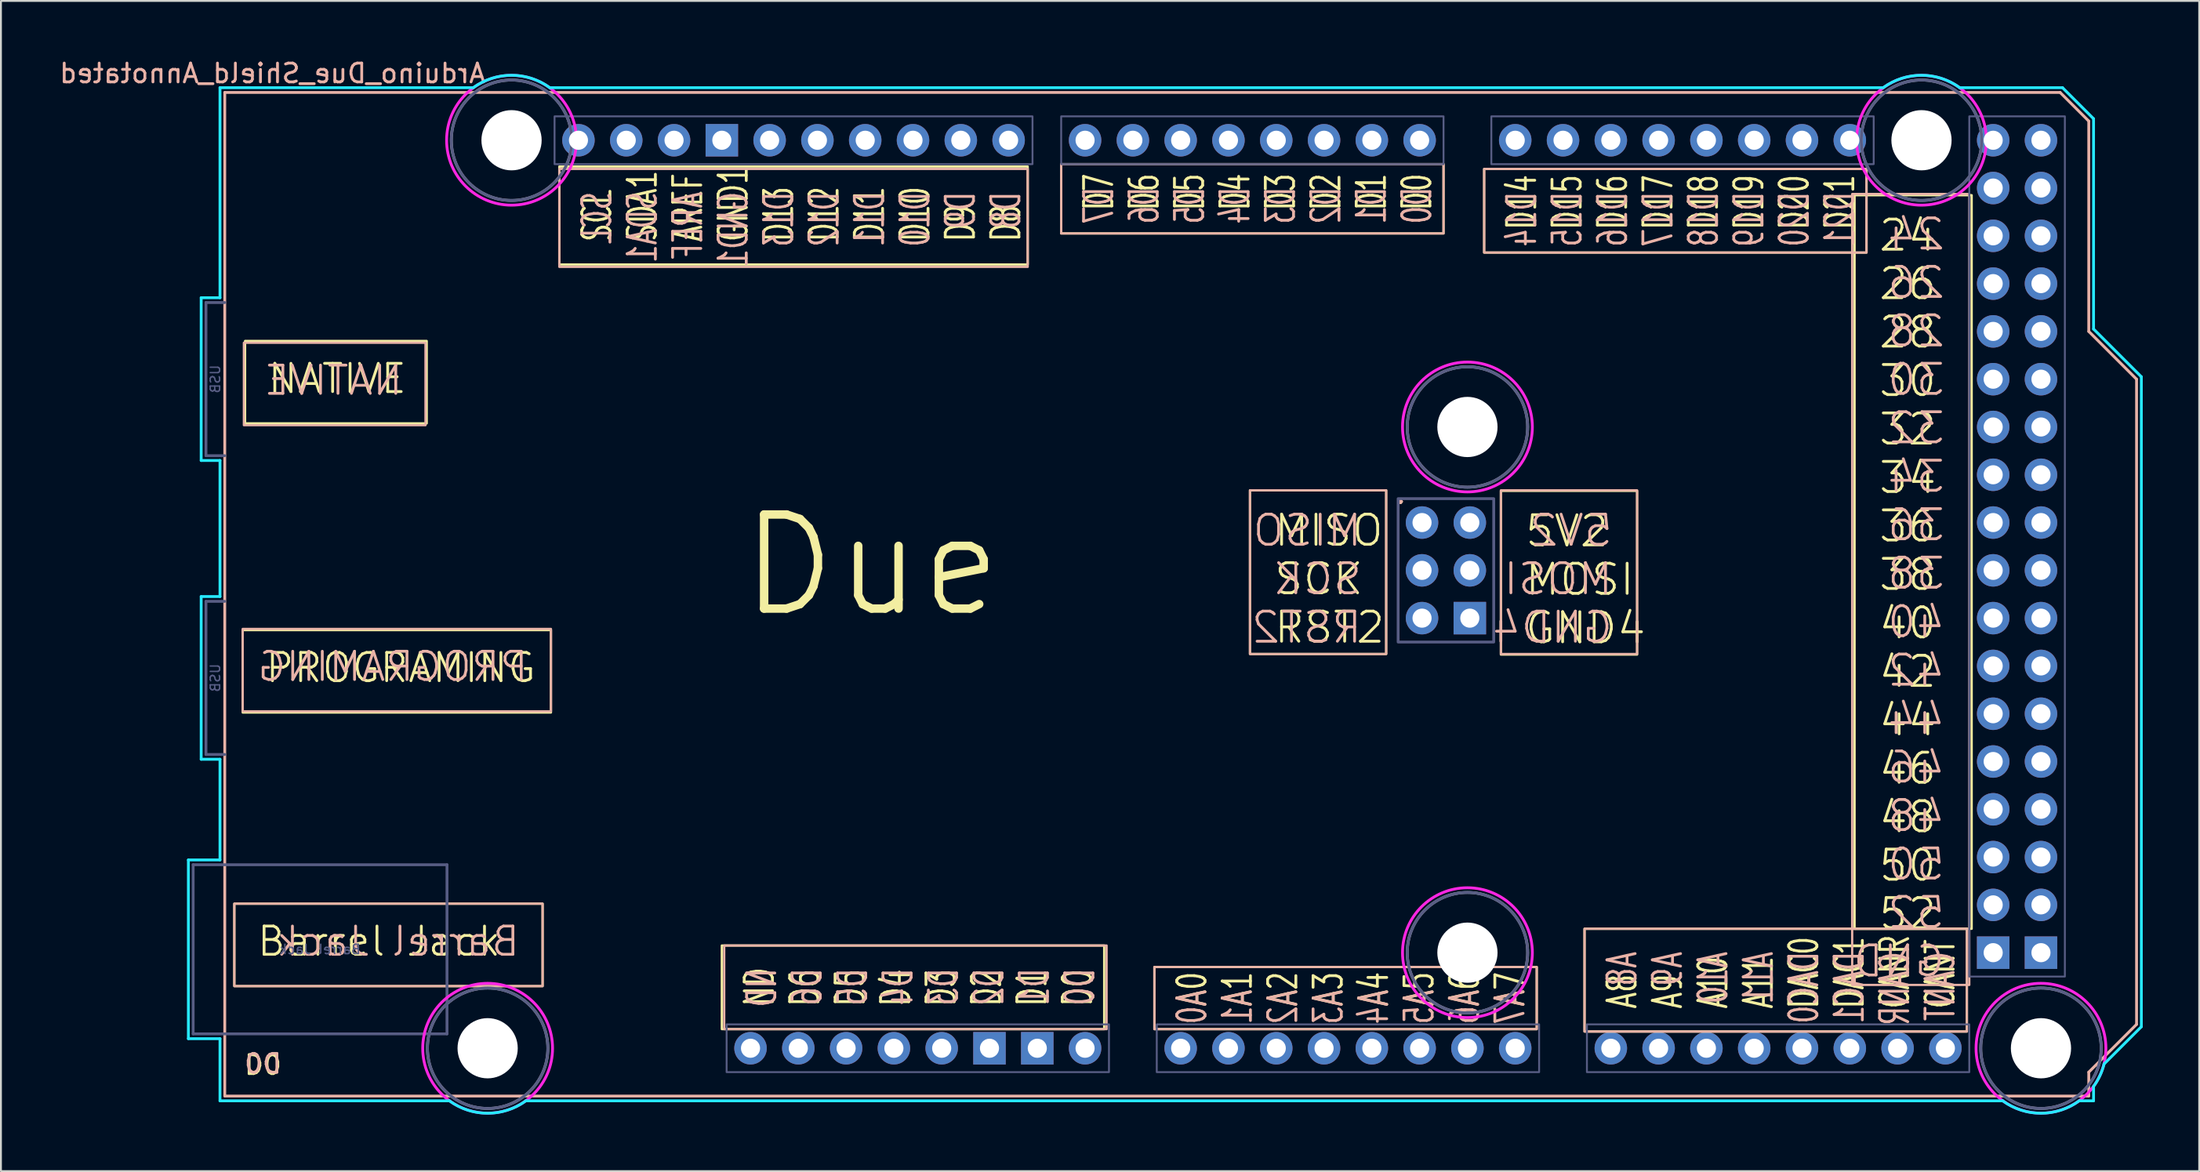
<source format=kicad_pcb>
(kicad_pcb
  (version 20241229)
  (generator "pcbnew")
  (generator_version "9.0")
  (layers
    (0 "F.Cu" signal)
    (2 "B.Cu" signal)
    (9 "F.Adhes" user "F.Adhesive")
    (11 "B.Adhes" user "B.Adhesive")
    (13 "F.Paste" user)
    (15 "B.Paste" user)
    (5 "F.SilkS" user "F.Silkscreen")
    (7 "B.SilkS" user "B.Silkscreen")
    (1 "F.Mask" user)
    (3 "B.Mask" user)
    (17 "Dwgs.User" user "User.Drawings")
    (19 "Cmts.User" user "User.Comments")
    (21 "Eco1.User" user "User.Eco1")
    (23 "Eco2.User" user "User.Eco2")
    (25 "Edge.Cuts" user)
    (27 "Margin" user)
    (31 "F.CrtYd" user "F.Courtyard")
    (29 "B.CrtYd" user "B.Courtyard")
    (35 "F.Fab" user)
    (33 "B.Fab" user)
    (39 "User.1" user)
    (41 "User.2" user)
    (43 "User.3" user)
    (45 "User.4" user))
  (footprint "Arduino_Due_Shield_Annotated"
    (layer "F.Cu")
    (at 8.895 55.204)
    (property "Reference" "Arduino_Due_Shield_Annotated" (at 2.54 -54.356 180) (layer "B.SilkS") (effects (font (size 1 1) (thickness 0.15)) (justify mirror)))
    (attr through_hole)
    (fp_line (start 0 -53.34) (end 0 0) (stroke (width 0.15) (type solid)) (layer "B.SilkS"))
    (fp_line (start 0 -53.34) (end 97.536 -53.34) (stroke (width 0.15) (type solid)) (layer "B.SilkS"))
    (fp_line (start 0 0) (end 99.06 0) (stroke (width 0.15) (type solid)) (layer "B.SilkS"))
    (fp_line (start 97.536 -53.34) (end 99.06 -51.816) (stroke (width 0.15) (type solid)) (layer "B.SilkS"))
    (fp_line (start 99.06 -40.64) (end 99.06 -51.816) (stroke (width 0.15) (type solid)) (layer "B.SilkS"))
    (fp_line (start 99.06 -1.27) (end 101.6 -3.81) (stroke (width 0.15) (type solid)) (layer "B.SilkS"))
    (fp_line (start 99.06 0) (end 99.06 -1.27) (stroke (width 0.15) (type solid)) (layer "B.SilkS"))
    (fp_line (start 101.6 -38.1) (end 99.06 -40.64) (stroke (width 0.15) (type solid)) (layer "B.SilkS"))
    (fp_line (start 101.6 -3.81) (end 101.6 -38.1) (stroke (width 0.15) (type solid)) (layer "B.SilkS"))
    (fp_line (start -1.934 -12.548) (end -1.934 -3.049) (stroke (width 0.15) (type solid)) (layer "B.CrtYd"))
    (fp_line (start -1.934 -12.548) (end -0.254 -12.548) (stroke (width 0.15) (type solid)) (layer "B.CrtYd"))
    (fp_line (start -1.934 -3.049) (end -0.254 -3.049) (stroke (width 0.15) (type solid)) (layer "B.CrtYd"))
    (fp_line (start -1.254 -42.428) (end -0.254 -42.428) (stroke (width 0.15) (type solid)) (layer "B.CrtYd"))
    (fp_line (start -1.254 -33.78) (end -1.254 -42.428) (stroke (width 0.15) (type solid)) (layer "B.CrtYd"))
    (fp_line (start -1.254 -33.78) (end -0.254 -33.78) (stroke (width 0.15) (type solid)) (layer "B.CrtYd"))
    (fp_line (start -1.254 -26.548) (end -0.254 -26.548) (stroke (width 0.15) (type solid)) (layer "B.CrtYd"))
    (fp_line (start -1.254 -17.9) (end -1.254 -26.548) (stroke (width 0.15) (type solid)) (layer "B.CrtYd"))
    (fp_line (start -1.254 -17.9) (end -0.254 -17.9) (stroke (width 0.15) (type solid)) (layer "B.CrtYd"))
    (fp_line (start -0.254 -53.594) (end -0.254 -42.428) (stroke (width 0.15) (type solid)) (layer "B.CrtYd"))
    (fp_line (start -0.254 -33.78) (end -0.254 -26.548) (stroke (width 0.15) (type solid)) (layer "B.CrtYd"))
    (fp_line (start -0.254 -17.9) (end -0.254 -12.548) (stroke (width 0.15) (type solid)) (layer "B.CrtYd"))
    (fp_line (start -0.254 -3.049) (end -0.254 0.254) (stroke (width 0.15) (type solid)) (layer "B.CrtYd"))
    (fp_line (start 11.938 0.254) (end -0.254 0.254) (stroke (width 0.15) (type solid)) (layer "B.CrtYd"))
    (fp_line (start 13.208 -53.594) (end -0.254 -53.594) (stroke (width 0.15) (type solid)) (layer "B.CrtYd"))
    (fp_line (start 16.002 0.254) (end 94.488 0.254) (stroke (width 0.15) (type solid)) (layer "B.CrtYd"))
    (fp_line (start 17.272 -53.594) (end 88.138 -53.594) (stroke (width 0.15) (type solid)) (layer "B.CrtYd"))
    (fp_line (start 97.663 -53.594) (end 92.202 -53.594) (stroke (width 0.15) (type solid)) (layer "B.CrtYd"))
    (fp_line (start 97.663 -53.594) (end 99.314 -51.943) (stroke (width 0.15) (type solid)) (layer "B.CrtYd"))
    (fp_line (start 99.314 -40.767) (end 99.314 -51.943) (stroke (width 0.15) (type solid)) (layer "B.CrtYd"))
    (fp_line (start 99.314 0.254) (end 98.552 0.254) (stroke (width 0.15) (type solid)) (layer "B.CrtYd"))
    (fp_line (start 99.314 0.254) (end 99.314 -0.508) (stroke (width 0.15) (type solid)) (layer "B.CrtYd"))
    (fp_line (start 99.873 -1.702) (end 101.854 -3.683) (stroke (width 0.15) (type solid)) (layer "B.CrtYd"))
    (fp_line (start 101.854 -38.227) (end 99.314 -40.767) (stroke (width 0.15) (type solid)) (layer "B.CrtYd"))
    (fp_line (start 101.854 -3.683) (end 101.854 -38.227) (stroke (width 0.15) (type solid)) (layer "B.CrtYd"))
    (fp_arc (start 13.208 -53.594) (mid 15.24 -54.254237) (end 17.272 -53.594) (stroke (width 0.15) (type solid)) (layer "B.CrtYd"))
    (fp_arc (start 16.002 0.254) (mid 13.97 0.914237) (end 11.938 0.254) (stroke (width 0.15) (type solid)) (layer "B.CrtYd"))
    (fp_arc (start 88.138 -53.594) (mid 90.17 -54.254237) (end 92.202 -53.594) (stroke (width 0.15) (type solid)) (layer "B.CrtYd"))
    (fp_arc (start 98.552 0.254) (mid 96.52 0.914237) (end 94.488 0.254) (stroke (width 0.15) (type solid)) (layer "B.CrtYd"))
    (fp_arc (start 99.8728 -1.7018) (mid 99.650934 -1.077968) (end 99.314 -0.508) (stroke (width 0.15) (type solid)) (layer "B.CrtYd"))
    (fp_circle (center 13.97 -2.54) (end 17.42 -2.54) (stroke (width 0.15) (type solid)) (fill no) (layer "F.CrtYd"))
    (fp_circle (center 15.24 -50.8) (end 18.69 -50.8) (stroke (width 0.15) (type solid)) (fill no) (layer "F.CrtYd"))
    (fp_circle (center 66.04 -35.56) (end 69.49 -35.56) (stroke (width 0.15) (type solid)) (fill no) (layer "F.CrtYd"))
    (fp_circle (center 66.04 -7.62) (end 69.49 -7.62) (stroke (width 0.15) (type solid)) (fill no) (layer "F.CrtYd"))
    (fp_circle (center 90.17 -50.8) (end 93.62 -50.8) (stroke (width 0.15) (type solid)) (fill no) (layer "F.CrtYd"))
    (fp_circle (center 96.52 -2.54) (end 99.97 -2.54) (stroke (width 0.15) (type solid)) (fill no) (layer "F.CrtYd"))
    (fp_line (start -1.68 -12.294) (end -1.68 -3.303) (stroke (width 0.15) (type solid)) (layer "B.Fab"))
    (fp_line (start -1.68 -12.294) (end 11.81 -12.294) (stroke (width 0.15) (type solid)) (layer "B.Fab"))
    (fp_line (start -1.68 -3.303) (end 11.81 -3.303) (stroke (width 0.15) (type solid)) (layer "B.Fab"))
    (fp_line (start -1 -42.174) (end 0 -42.174) (stroke (width 0.15) (type solid)) (layer "B.Fab"))
    (fp_line (start -1 -34.034) (end -1 -42.174) (stroke (width 0.15) (type solid)) (layer "B.Fab"))
    (fp_line (start -1 -26.294) (end 0 -26.294) (stroke (width 0.15) (type solid)) (layer "B.Fab"))
    (fp_line (start -1 -18.154) (end -1 -26.294) (stroke (width 0.15) (type solid)) (layer "B.Fab"))
    (fp_line (start 0 -34.034) (end -1 -34.034) (stroke (width 0.15) (type solid)) (layer "B.Fab"))
    (fp_line (start 0 -18.154) (end -1 -18.154) (stroke (width 0.15) (type solid)) (layer "B.Fab"))
    (fp_line (start 11.81 -12.294) (end 11.81 -3.303) (stroke (width 0.15) (type solid)) (layer "B.Fab"))
    (fp_rect (start 17.526 -52.07) (end 42.926 -49.53) (stroke (width 0.1) (type solid)) (fill no) (layer "B.Fab"))
    (fp_rect (start 26.67 -3.81) (end 46.99 -1.27) (stroke (width 0.1) (type solid)) (fill no) (layer "B.Fab"))
    (fp_rect (start 44.45 -52.07) (end 64.77 -49.53) (stroke (width 0.1) (type solid)) (fill no) (layer "B.Fab"))
    (fp_rect (start 49.53 -3.81) (end 69.85 -1.27) (stroke (width 0.1) (type solid)) (fill no) (layer "B.Fab"))
    (fp_rect (start 62.357 -31.75) (end 67.437 -24.13) (stroke (width 0.15) (type solid)) (fill no) (layer "B.Fab"))
    (fp_rect (start 67.31 -52.07) (end 87.63 -49.53) (stroke (width 0.1) (type solid)) (fill no) (layer "B.Fab"))
    (fp_rect (start 72.39 -3.81) (end 92.71 -1.27) (stroke (width 0.1) (type solid)) (fill no) (layer "B.Fab"))
    (fp_rect (start 92.71 -52.07) (end 97.79 -6.35) (stroke (width 0.1) (type solid)) (fill no) (layer "B.Fab"))
    (fp_circle (center 13.97 -2.54) (end 17.17 -2.54) (stroke (width 0.15) (type solid)) (fill no) (layer "B.Fab"))
    (fp_circle (center 15.24 -50.8) (end 18.44 -50.8) (stroke (width 0.15) (type solid)) (fill no) (layer "B.Fab"))
    (fp_circle (center 66.04 -35.56) (end 69.24 -35.56) (stroke (width 0.15) (type solid)) (fill no) (layer "B.Fab"))
    (fp_circle (center 66.04 -7.62) (end 69.24 -7.62) (stroke (width 0.15) (type solid)) (fill no) (layer "B.Fab"))
    (fp_circle (center 90.17 -50.8) (end 93.37 -50.8) (stroke (width 0.15) (type solid)) (fill no) (layer "B.Fab"))
    (fp_circle (center 96.52 -2.54) (end 99.72 -2.54) (stroke (width 0.15) (type solid)) (fill no) (layer "B.Fab"))
    (fp_circle (center 13.97 -2.54) (end 17.17 -2.54) (stroke (width 0.15) (type solid)) (fill no) (layer "F.Fab"))
    (fp_circle (center 15.24 -50.8) (end 18.44 -50.8) (stroke (width 0.15) (type solid)) (fill no) (layer "F.Fab"))
    (fp_circle (center 66.04 -35.56) (end 69.24 -35.56) (stroke (width 0.15) (type solid)) (fill no) (layer "F.Fab"))
    (fp_circle (center 66.04 -7.62) (end 69.24 -7.62) (stroke (width 0.15) (type solid)) (fill no) (layer "F.Fab"))
    (fp_circle (center 90.17 -50.8) (end 93.37 -50.8) (stroke (width 0.15) (type solid)) (fill no) (layer "F.Fab"))
    (fp_circle (center 96.52 -2.54) (end 99.72 -2.54) (stroke (width 0.15) (type solid)) (fill no) (layer "F.Fab"))
    (fp_text user "." (at 62.484 -32.004 180) (layer "F.SilkS") (effects (font (size 1 1) (thickness 0.15))))
    (fp_text user "Due" (at 27.178 -25.273 0) (unlocked yes) (layer "F.SilkS") (effects (font (size 5 5) (thickness 0.45)) (justify left bottom)))
    (fp_text user "D0" (at 2.032 -1.651 0) (unlocked yes) (layer "F.SilkS") (effects (font (size 1 1) (thickness 0.15))))
    (fp_text user "." (at 62.484 -32.004 180) (layer "B.SilkS") (effects (font (size 1 1) (thickness 0.15))))
    (fp_text user "D0" (at 2.032 -1.72 0) (unlocked yes) (layer "B.SilkS") (effects (font (size 1 1) (thickness 0.15)) (justify mirror)))
    (fp_text user "USB" (at -0.5 -22.224 90) (layer "B.Fab") (effects (font (size 0.5 0.5) (thickness 0.075)) (justify mirror)))
    (fp_text user "Barrel Jack" (at 5.065 -7.798 180) (layer "B.Fab") (effects (font (size 0.5 0.5) (thickness 0.075)) (justify mirror)))
    (fp_text user "USB" (at -0.5 -38.104 90) (layer "B.Fab") (effects (font (size 0.5 0.5) (thickness 0.075)) (justify mirror)))
    (fp_text_box "NATIVE" (start 1.079 -40.132) (end 10.732 -35.751) (margins 1.185 1.185 1.185 1.185) (layer "F.SilkS") (effects (font (size 1.5 1.5) (thickness 0.15)) (justify left top)) (border yes) (stroke (width 0.12) (type solid)))
    (fp_text_box "PROGRAMING" (start 0.953 -24.765) (end 17.335 -20.384) (margins 1.185 1.185 1.185 1.185) (layer "F.SilkS") (effects (font (size 1.5 1.5) (thickness 0.15)) (justify left top)) (border yes) (stroke (width 0.12) (type solid)))
    (fp_text_box "ND \nD6  \nD5  \nD4  \nD3  \nD2  \nD1  \nD0" (start 26.416 -3.556) (end 46.736 -8.001) (margins 1.185 1.185 1.185 1.185) (angle 90) (layer "F.SilkS") (effects (font (size 1.5 1) (thickness 0.15)) (justify left top)) (border yes) (stroke (width 0.12) (type solid)))
    (fp_text_box "MISO\nSCK\nRST2" (start 54.483 -32.194) (end 61.722 -23.495) (margins 1.26 1.26 1.26 1.26) (layer "F.SilkS") (effects (font (size 1.6 1.6) (thickness 0.15)) (justify left top)) (border yes) (stroke (width 0.12) (type solid)))
    (fp_text_box "24\n26\n28\n30\n32\n34\n36\n38\n40\n42\n44\n46\n48\n50\n52" (start 86.614 -47.879) (end 92.837 -8.89) (margins 1.26 1.26 1.26 1.26) (layer "F.SilkS") (effects (font (size 1.6 1.6) (thickness 0.15)) (justify left top)) (border yes) (stroke (width 0.12) (type solid)))
    (fp_text_box "A0  \nA1  \nA2  \nA3  \nA4  \nA5  \nA6  \nA7 " (start 49.403 -3.556) (end 69.723 -6.858) (margins 1.185 1.185 1.185 1.185) (angle 90) (layer "F.SilkS") (effects (font (size 1.5 1) (thickness 0.15)) (justify left top)) (border yes) (stroke (width 0.12) (type solid)))
    (fp_text_box "D7  \nD6  \nD5  \nD4  \nD3  \nD2  \nD1  \nD0" (start 44.45 -45.847) (end 64.77 -49.53) (margins 1.185 1.185 1.185 1.185) (angle 90) (layer "F.SilkS") (effects (font (size 1.5 1) (thickness 0.15)) (justify left top)) (border yes) (stroke (width 0.12) (type solid)))
    (fp_text_box "SCL \nSDA1 \nAREF \nGND1 \nD13 \nD12 \nD11 \nD10  \nD9  \nD8" (start 17.78 -44.196) (end 42.672 -49.403) (margins 1.185 1.185 1.185 1.185) (angle 90) (layer "F.SilkS") (effects (font (size 1.5 1) (thickness 0.15)) (justify left top)) (border yes) (stroke (width 0.12) (type solid)))
    (fp_text_box "5V2\nMOSI\nGND4" (start 67.818 -32.163) (end 75.057 -23.463) (margins 1.26 1.26 1.26 1.26) (layer "F.SilkS") (effects (font (size 1.6 1.6) (thickness 0.15)) (justify left top)) (border yes) (stroke (width 0.12) (type solid)))
    (fp_text_box "D14 \nD15 \nD16 \nD17 \nD18 \nD19 \nD20 \nD21" (start 66.929 -44.831) (end 87.249 -49.276) (margins 1.185 1.185 1.185 1.185) (angle 90) (layer "F.SilkS") (effects (font (size 1.5 1) (thickness 0.15)) (justify left top)) (border yes) (stroke (width 0.12) (type solid)))
    (fp_text_box "A8 \nA9 \nA10 \nA11 \nDAC0 \nDAC1 \nCANR \nCANT" (start 72.263 -3.429) (end 92.583 -8.89) (margins 1.185 1.185 1.185 1.185) (angle 90) (layer "F.SilkS") (effects (font (size 1.5 1) (thickness 0.15)) (justify left top)) (border yes) (stroke (width 0.12) (type solid)))
    (fp_text_box "Barrel Jack" (start 0.508 -10.223) (end 16.891 -5.842) (margins 1.185 1.185 1.185 1.185) (layer "F.SilkS") (effects (font (size 1.5 1.5) (thickness 0.15)) (justify left top)) (border yes) (stroke (width 0.12) (type solid)))
    (fp_text_box "MISO\nSCK\nRST2" (start 54.483 -32.194) (end 61.722 -23.495) (margins 1.26 1.26 1.26 1.26) (layer "B.SilkS") (effects (font (size 1.6 1.6) (thickness 0.15)) (justify left top mirror)) (border yes) (stroke (width 0.12) (type solid)))
    (fp_text_box "PROGRAMING" (start 0.953 -24.828) (end 17.335 -20.447) (margins 1.185 1.185 1.185 1.185) (layer "B.SilkS") (effects (font (size 1.5 1.5) (thickness 0.15)) (justify left top mirror)) (border yes) (stroke (width 0.12) (type solid)))
    (fp_text_box "24\n26\n28\n30\n32\n34\n36\n38\n40\n42\n44\n46\n48\n50\n52\nGND\n" (start 86.487 -47.943) (end 92.71 -5.905) (margins 1.26 1.26 1.26 1.26) (layer "B.SilkS") (effects (font (size 1.6 1.6) (thickness 0.15)) (justify left top mirror)) (border yes) (stroke (width 0.12) (type solid)))
    (fp_text_box "5V2\nMOSI\nGND4" (start 67.818 -32.194) (end 75.057 -23.495) (margins 1.26 1.26 1.26 1.26) (layer "B.SilkS") (effects (font (size 1.6 1.6) (thickness 0.15)) (justify left top mirror)) (border yes) (stroke (width 0.12) (type solid)))
    (fp_text_box "A8 \nA9 \nA10 \nA11 \nDAC0 \nDAC1 \nCANR \nCANT" (start 72.263 -3.429) (end 92.583 -8.89) (margins 1.185 1.185 1.185 1.185) (angle 90) (layer "B.SilkS") (effects (font (size 1.5 1) (thickness 0.15)) (justify left top mirror)) (border yes) (stroke (width 0.12) (type solid)))
    (fp_text_box "ND \nD6  \nD5  \nD4  \nD3  \nD2  \nD1  \nD0" (start 26.543 -3.556) (end 46.863 -8.001) (margins 1.185 1.185 1.185 1.185) (angle 90) (layer "B.SilkS") (effects (font (size 1.5 1) (thickness 0.15)) (justify left top mirror)) (border yes) (stroke (width 0.12) (type solid)))
    (fp_text_box "Barrel Jack" (start 0.508 -10.223) (end 16.891 -5.842) (margins 1.185 1.185 1.185 1.185) (layer "B.SilkS") (effects (font (size 1.5 1.5) (thickness 0.15)) (justify left top mirror)) (border yes) (stroke (width 0.12) (type solid)))
    (fp_text_box "SCL \nSDA1 \nAREF \nGND1 \nD13 \nD12 \nD11 \nD10  \nD9  \nD8" (start 17.78 -44.069) (end 42.672 -49.276) (margins 1.185 1.185 1.185 1.185) (angle 90) (layer "B.SilkS") (effects (font (size 1.5 1) (thickness 0.15)) (justify left top mirror)) (border yes) (stroke (width 0.12) (type solid)))
    (fp_text_box "D14 \nD15 \nD16 \nD17 \nD18 \nD19 \nD20 \nD21" (start 66.929 -44.831) (end 87.249 -49.276) (margins 1.185 1.185 1.185 1.185) (angle 90) (layer "B.SilkS") (effects (font (size 1.5 1) (thickness 0.15)) (justify left top mirror)) (border yes) (stroke (width 0.12) (type solid)))
    (fp_text_box "D7  \nD6  \nD5  \nD4  \nD3  \nD2  \nD1  \nD0" (start 44.45 -45.847) (end 64.77 -49.53) (margins 1.185 1.185 1.185 1.185) (angle 90) (layer "B.SilkS") (effects (font (size 1.5 1) (thickness 0.15)) (justify left top mirror)) (border yes) (stroke (width 0.12) (type solid)))
    (fp_text_box "NATIVE" (start 1.016 -40.037) (end 10.668 -35.655) (margins 1.185 1.185 1.185 1.185) (layer "B.SilkS") (effects (font (size 1.5 1.5) (thickness 0.15)) (justify left top mirror)) (border yes) (stroke (width 0.12) (type solid)))
    (fp_text_box "A0  \nA1  \nA2  \nA3  \nA4  \nA5  \nA6  \nA7 " (start 49.403 -3.556) (end 69.723 -6.858) (margins 1.185 1.185 1.185 1.185) (angle 90) (layer "B.SilkS") (effects (font (size 1.5 1) (thickness 0.15)) (justify left top mirror)) (border yes) (stroke (width 0.12) (type solid)))
    (pad "" np_thru_hole circle (at 13.97 -2.54) (size 3.2 3.2) (drill 3.2) (layers "*.Cu" "*.Mask"))
    (pad "" np_thru_hole circle (at 15.24 -50.8) (size 3.2 3.2) (drill 3.2) (layers "*.Cu" "*.Mask"))
    (pad "" thru_hole oval (at 27.94 -2.54) (size 1.727 1.727) (drill 1.016) (layers "*.Cu" "*.Mask"))
    (pad "" np_thru_hole circle (at 66.04 -35.56) (size 3.2 3.2) (drill 3.2) (layers "*.Cu" "*.Mask"))
    (pad "" np_thru_hole circle (at 66.04 -7.62) (size 3.2 3.2) (drill 3.2) (layers "*.Cu" "*.Mask"))
    (pad "" np_thru_hole circle (at 90.17 -50.8) (size 3.2 3.2) (drill 3.2) (layers "*.Cu" "*.Mask"))
    (pad "" np_thru_hole circle (at 96.52 -2.54) (size 3.2 3.2) (drill 3.2) (layers "*.Cu" "*.Mask"))
    (pad "3V3" thru_hole oval (at 35.56 -2.54) (size 1.727 1.727) (drill 1.016) (layers "*.Cu" "*.Mask"))
    (pad "5V1" thru_hole oval (at 38.1 -2.54) (size 1.727 1.727) (drill 1.016) (layers "*.Cu" "*.Mask"))
    (pad "5V2" thru_hole oval (at 66.167 -30.48) (size 1.727 1.727) (drill 1.016) (layers "*.Cu" "*.Mask"))
    (pad "5V3" thru_hole oval (at 93.98 -50.8) (size 1.727 1.727) (drill 1.016) (layers "*.Cu" "*.Mask"))
    (pad "5V4" thru_hole oval (at 96.52 -50.8) (size 1.727 1.727) (drill 1.016) (layers "*.Cu" "*.Mask"))
    (pad "A0" thru_hole oval (at 50.8 -2.54) (size 1.727 1.727) (drill 1.016) (layers "*.Cu" "*.Mask"))
    (pad "A1" thru_hole oval (at 53.34 -2.54) (size 1.727 1.727) (drill 1.016) (layers "*.Cu" "*.Mask"))
    (pad "A2" thru_hole oval (at 55.88 -2.54) (size 1.727 1.727) (drill 1.016) (layers "*.Cu" "*.Mask"))
    (pad "A3" thru_hole oval (at 58.42 -2.54) (size 1.727 1.727) (drill 1.016) (layers "*.Cu" "*.Mask"))
    (pad "A4" thru_hole oval (at 60.96 -2.54) (size 1.727 1.727) (drill 1.016) (layers "*.Cu" "*.Mask"))
    (pad "A5" thru_hole oval (at 63.5 -2.54) (size 1.727 1.727) (drill 1.016) (layers "*.Cu" "*.Mask"))
    (pad "A6" thru_hole oval (at 66.04 -2.54) (size 1.727 1.727) (drill 1.016) (layers "*.Cu" "*.Mask"))
    (pad "A7" thru_hole oval (at 68.58 -2.54) (size 1.727 1.727) (drill 1.016) (layers "*.Cu" "*.Mask"))
    (pad "A8" thru_hole oval (at 73.66 -2.54) (size 1.727 1.727) (drill 1.016) (layers "*.Cu" "*.Mask"))
    (pad "A9" thru_hole oval (at 76.2 -2.54) (size 1.727 1.727) (drill 1.016) (layers "*.Cu" "*.Mask"))
    (pad "A10" thru_hole oval (at 78.74 -2.54) (size 1.727 1.727) (drill 1.016) (layers "*.Cu" "*.Mask"))
    (pad "A11" thru_hole oval (at 81.28 -2.54) (size 1.727 1.727) (drill 1.016) (layers "*.Cu" "*.Mask"))
    (pad "AREF" thru_hole oval (at 23.876 -50.8) (size 1.727 1.727) (drill 1.016) (layers "*.Cu" "*.Mask"))
    (pad "CANR" thru_hole oval (at 88.9 -2.54) (size 1.727 1.727) (drill 1.016) (layers "*.Cu" "*.Mask"))
    (pad "CANT" thru_hole oval (at 91.44 -2.54) (size 1.727 1.727) (drill 1.016) (layers "*.Cu" "*.Mask"))
    (pad "D0" thru_hole oval (at 63.5 -50.8) (size 1.727 1.727) (drill 1.016) (layers "*.Cu" "*.Mask"))
    (pad "D1" thru_hole oval (at 60.96 -50.8) (size 1.727 1.727) (drill 1.016) (layers "*.Cu" "*.Mask"))
    (pad "D2" thru_hole oval (at 58.42 -50.8) (size 1.727 1.727) (drill 1.016) (layers "*.Cu" "*.Mask"))
    (pad "D3" thru_hole oval (at 55.88 -50.8) (size 1.727 1.727) (drill 1.016) (layers "*.Cu" "*.Mask"))
    (pad "D4" thru_hole oval (at 53.34 -50.8) (size 1.727 1.727) (drill 1.016) (layers "*.Cu" "*.Mask"))
    (pad "D5" thru_hole oval (at 50.8 -50.8) (size 1.727 1.727) (drill 1.016) (layers "*.Cu" "*.Mask"))
    (pad "D6" thru_hole oval (at 48.26 -50.8) (size 1.727 1.727) (drill 1.016) (layers "*.Cu" "*.Mask"))
    (pad "D7" thru_hole oval (at 45.72 -50.8) (size 1.727 1.727) (drill 1.016) (layers "*.Cu" "*.Mask"))
    (pad "D8" thru_hole oval (at 41.656 -50.8) (size 1.727 1.727) (drill 1.016) (layers "*.Cu" "*.Mask"))
    (pad "D9" thru_hole oval (at 39.116 -50.8) (size 1.727 1.727) (drill 1.016) (layers "*.Cu" "*.Mask"))
    (pad "D10" thru_hole oval (at 36.576 -50.8) (size 1.727 1.727) (drill 1.016) (layers "*.Cu" "*.Mask"))
    (pad "D11" thru_hole oval (at 34.036 -50.8) (size 1.727 1.727) (drill 1.016) (layers "*.Cu" "*.Mask"))
    (pad "D12" thru_hole oval (at 31.496 -50.8) (size 1.727 1.727) (drill 1.016) (layers "*.Cu" "*.Mask"))
    (pad "D13" thru_hole oval (at 28.956 -50.8) (size 1.727 1.727) (drill 1.016) (layers "*.Cu" "*.Mask"))
    (pad "D14" thru_hole oval (at 68.58 -50.8) (size 1.727 1.727) (drill 1.016) (layers "*.Cu" "*.Mask"))
    (pad "D15" thru_hole oval (at 71.12 -50.8) (size 1.727 1.727) (drill 1.016) (layers "*.Cu" "*.Mask"))
    (pad "D16" thru_hole oval (at 73.66 -50.8) (size 1.727 1.727) (drill 1.016) (layers "*.Cu" "*.Mask"))
    (pad "D17" thru_hole oval (at 76.2 -50.8) (size 1.727 1.727) (drill 1.016) (layers "*.Cu" "*.Mask"))
    (pad "D18" thru_hole oval (at 78.74 -50.8) (size 1.727 1.727) (drill 1.016) (layers "*.Cu" "*.Mask"))
    (pad "D19" thru_hole oval (at 81.28 -50.8) (size 1.727 1.727) (drill 1.016) (layers "*.Cu" "*.Mask"))
    (pad "D20" thru_hole oval (at 83.82 -50.8) (size 1.727 1.727) (drill 1.016) (layers "*.Cu" "*.Mask"))
    (pad "D21" thru_hole oval (at 86.36 -50.8) (size 1.727 1.727) (drill 1.016) (layers "*.Cu" "*.Mask"))
    (pad "D22" thru_hole oval (at 93.98 -48.26) (size 1.727 1.727) (drill 1.016) (layers "*.Cu" "*.Mask"))
    (pad "D23" thru_hole oval (at 96.52 -48.26) (size 1.727 1.727) (drill 1.016) (layers "*.Cu" "*.Mask"))
    (pad "D24" thru_hole oval (at 93.98 -45.72) (size 1.727 1.727) (drill 1.016) (layers "*.Cu" "*.Mask"))
    (pad "D25" thru_hole oval (at 96.52 -45.72) (size 1.727 1.727) (drill 1.016) (layers "*.Cu" "*.Mask"))
    (pad "D26" thru_hole oval (at 93.98 -43.18) (size 1.727 1.727) (drill 1.016) (layers "*.Cu" "*.Mask"))
    (pad "D27" thru_hole oval (at 96.52 -43.18) (size 1.727 1.727) (drill 1.016) (layers "*.Cu" "*.Mask"))
    (pad "D28" thru_hole oval (at 93.98 -40.64) (size 1.727 1.727) (drill 1.016) (layers "*.Cu" "*.Mask"))
    (pad "D29" thru_hole oval (at 96.52 -40.64) (size 1.727 1.727) (drill 1.016) (layers "*.Cu" "*.Mask"))
    (pad "D30" thru_hole oval (at 93.98 -38.1) (size 1.727 1.727) (drill 1.016) (layers "*.Cu" "*.Mask"))
    (pad "D31" thru_hole oval (at 96.52 -38.1) (size 1.727 1.727) (drill 1.016) (layers "*.Cu" "*.Mask"))
    (pad "D32" thru_hole oval (at 93.98 -35.56) (size 1.727 1.727) (drill 1.016) (layers "*.Cu" "*.Mask"))
    (pad "D33" thru_hole oval (at 96.52 -35.56) (size 1.727 1.727) (drill 1.016) (layers "*.Cu" "*.Mask"))
    (pad "D34" thru_hole oval (at 93.98 -33.02) (size 1.727 1.727) (drill 1.016) (layers "*.Cu" "*.Mask"))
    (pad "D35" thru_hole oval (at 96.52 -33.02) (size 1.727 1.727) (drill 1.016) (layers "*.Cu" "*.Mask"))
    (pad "D36" thru_hole oval (at 93.98 -30.48) (size 1.727 1.727) (drill 1.016) (layers "*.Cu" "*.Mask"))
    (pad "D37" thru_hole oval (at 96.52 -30.48) (size 1.727 1.727) (drill 1.016) (layers "*.Cu" "*.Mask"))
    (pad "D38" thru_hole oval (at 93.98 -27.94) (size 1.727 1.727) (drill 1.016) (layers "*.Cu" "*.Mask"))
    (pad "D39" thru_hole oval (at 96.52 -27.94) (size 1.727 1.727) (drill 1.016) (layers "*.Cu" "*.Mask"))
    (pad "D40" thru_hole oval (at 93.98 -25.4) (size 1.727 1.727) (drill 1.016) (layers "*.Cu" "*.Mask"))
    (pad "D41" thru_hole oval (at 96.52 -25.4) (size 1.727 1.727) (drill 1.016) (layers "*.Cu" "*.Mask"))
    (pad "D42" thru_hole oval (at 93.98 -22.86) (size 1.727 1.727) (drill 1.016) (layers "*.Cu" "*.Mask"))
    (pad "D43" thru_hole oval (at 96.52 -22.86) (size 1.727 1.727) (drill 1.016) (layers "*.Cu" "*.Mask"))
    (pad "D44" thru_hole oval (at 93.98 -20.32) (size 1.727 1.727) (drill 1.016) (layers "*.Cu" "*.Mask"))
    (pad "D45" thru_hole oval (at 96.52 -20.32) (size 1.727 1.727) (drill 1.016) (layers "*.Cu" "*.Mask"))
    (pad "D46" thru_hole oval (at 93.98 -17.78) (size 1.727 1.727) (drill 1.016) (layers "*.Cu" "*.Mask"))
    (pad "D47" thru_hole oval (at 96.52 -17.78) (size 1.727 1.727) (drill 1.016) (layers "*.Cu" "*.Mask"))
    (pad "D48" thru_hole oval (at 93.98 -15.24) (size 1.727 1.727) (drill 1.016) (layers "*.Cu" "*.Mask"))
    (pad "D49" thru_hole oval (at 96.52 -15.24) (size 1.727 1.727) (drill 1.016) (layers "*.Cu" "*.Mask"))
    (pad "D50" thru_hole oval (at 93.98 -12.7) (size 1.727 1.727) (drill 1.016) (layers "*.Cu" "*.Mask"))
    (pad "D51" thru_hole oval (at 96.52 -12.7) (size 1.727 1.727) (drill 1.016) (layers "*.Cu" "*.Mask"))
    (pad "D52" thru_hole oval (at 93.98 -10.16) (size 1.727 1.727) (drill 1.016) (layers "*.Cu" "*.Mask"))
    (pad "D53" thru_hole oval (at 96.52 -10.16) (size 1.727 1.727) (drill 1.016) (layers "*.Cu" "*.Mask"))
    (pad "DAC0" thru_hole oval (at 83.82 -2.54) (size 1.727 1.727) (drill 1.016) (layers "*.Cu" "*.Mask"))
    (pad "DAC1" thru_hole oval (at 86.36 -2.54) (size 1.727 1.727) (drill 1.016) (layers "*.Cu" "*.Mask"))
    (pad "GND1" thru_hole rect (at 26.416 -50.8) (size 1.727 1.727) (drill 1.016) (layers "*.Cu" "*.Mask"))
    (pad "GND2" thru_hole rect (at 40.64 -2.54) (size 1.727 1.727) (drill 1.016) (layers "*.Cu" "*.Mask"))
    (pad "GND3" thru_hole rect (at 43.18 -2.54) (size 1.727 1.727) (drill 1.016) (layers "*.Cu" "*.Mask"))
    (pad "GND4" thru_hole rect (at 66.167 -25.4) (size 1.727 1.727) (drill 1.016) (layers "*.Cu" "*.Mask"))
    (pad "GND5" thru_hole rect (at 93.98 -7.62) (size 1.727 1.727) (drill 1.016) (layers "*.Cu" "*.Mask"))
    (pad "GND6" thru_hole rect (at 96.52 -7.62) (size 1.727 1.727) (drill 1.016) (layers "*.Cu" "*.Mask"))
    (pad "IORF" thru_hole oval (at 30.48 -2.54) (size 1.727 1.727) (drill 1.016) (layers "*.Cu" "*.Mask"))
    (pad "MISO" thru_hole oval (at 63.627 -30.48) (size 1.727 1.727) (drill 1.016) (layers "*.Cu" "*.Mask"))
    (pad "MOSI" thru_hole oval (at 66.167 -27.94) (size 1.727 1.727) (drill 1.016) (layers "*.Cu" "*.Mask"))
    (pad "RST1" thru_hole oval (at 33.02 -2.54) (size 1.727 1.727) (drill 1.016) (layers "*.Cu" "*.Mask"))
    (pad "RST2" thru_hole oval (at 63.627 -25.4) (size 1.727 1.727) (drill 1.016) (layers "*.Cu" "*.Mask"))
    (pad "SCK" thru_hole oval (at 63.627 -27.94) (size 1.727 1.727) (drill 1.016) (layers "*.Cu" "*.Mask"))
    (pad "SCL1" thru_hole oval (at 18.796 -50.8) (size 1.727 1.727) (drill 1.016) (layers "*.Cu" "*.Mask"))
    (pad "SDA1" thru_hole oval (at 21.336 -50.8) (size 1.727 1.727) (drill 1.016) (layers "*.Cu" "*.Mask"))
    (pad "VIN" thru_hole oval (at 45.72 -2.54) (size 1.727 1.727) (drill 1.016) (layers "*.Cu" "*.Mask")))
  (gr_rect
    (start -3 -3)
    (end 113.824 59.193)
    (stroke (width 0.1) (type default))
    (fill no)
    (layer "Edge.Cuts")))
</source>
